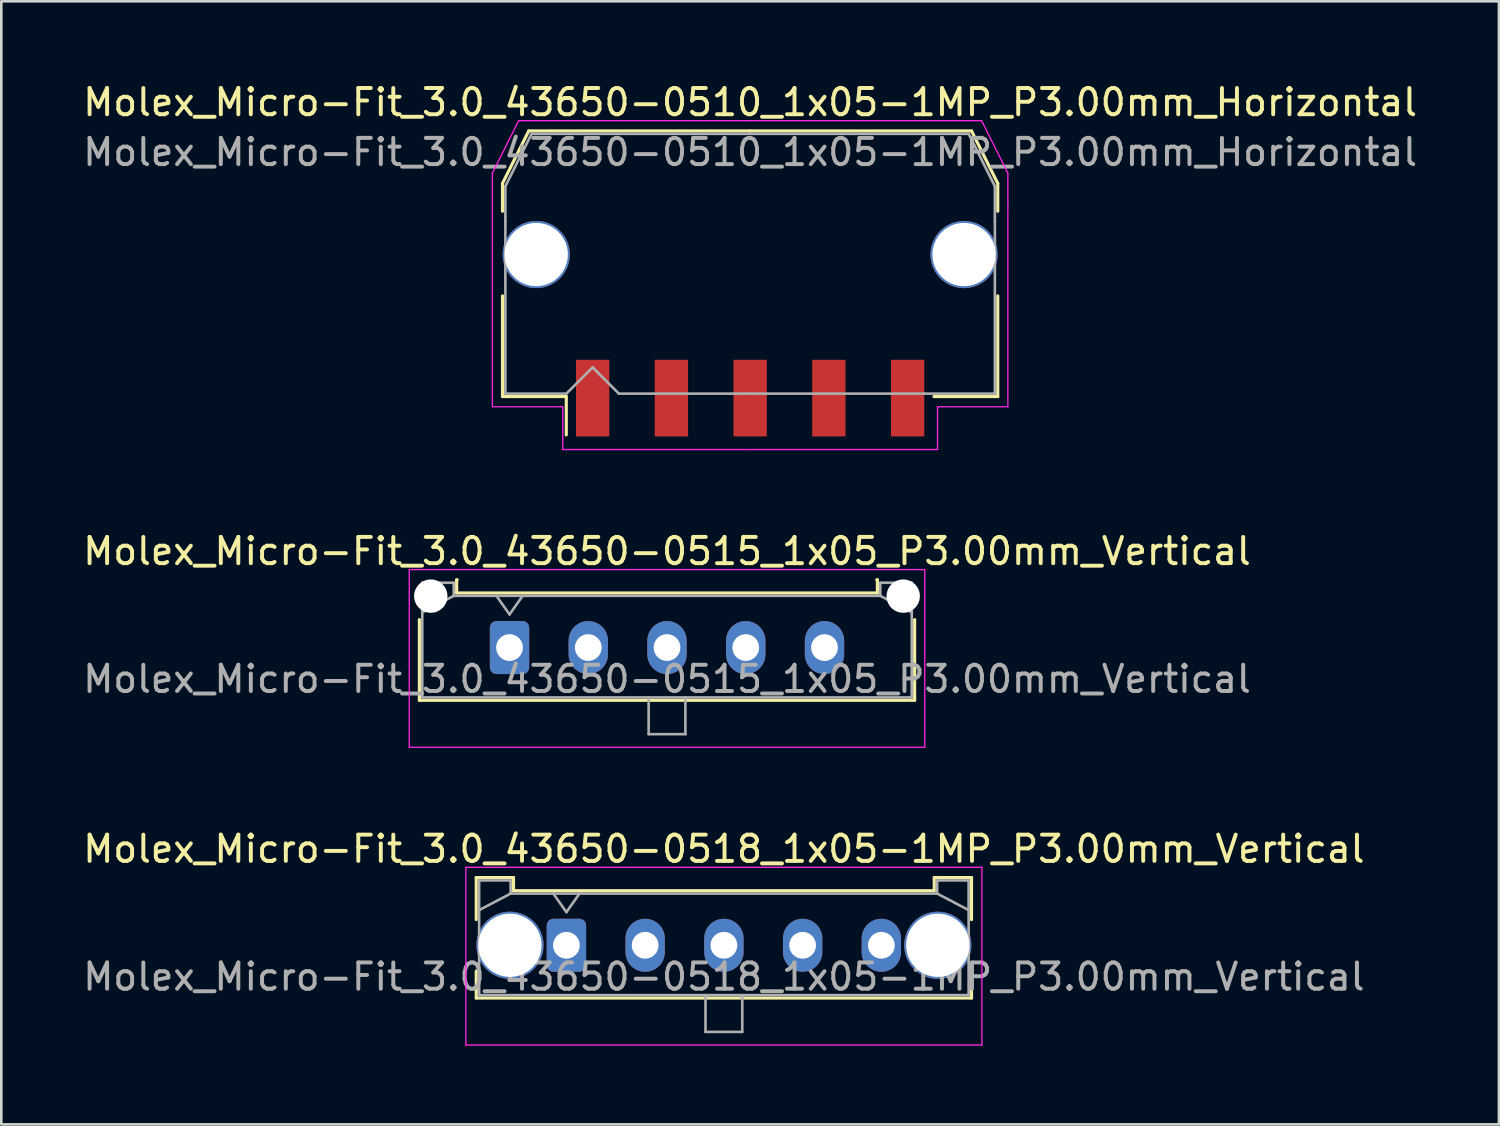
<source format=kicad_pcb>
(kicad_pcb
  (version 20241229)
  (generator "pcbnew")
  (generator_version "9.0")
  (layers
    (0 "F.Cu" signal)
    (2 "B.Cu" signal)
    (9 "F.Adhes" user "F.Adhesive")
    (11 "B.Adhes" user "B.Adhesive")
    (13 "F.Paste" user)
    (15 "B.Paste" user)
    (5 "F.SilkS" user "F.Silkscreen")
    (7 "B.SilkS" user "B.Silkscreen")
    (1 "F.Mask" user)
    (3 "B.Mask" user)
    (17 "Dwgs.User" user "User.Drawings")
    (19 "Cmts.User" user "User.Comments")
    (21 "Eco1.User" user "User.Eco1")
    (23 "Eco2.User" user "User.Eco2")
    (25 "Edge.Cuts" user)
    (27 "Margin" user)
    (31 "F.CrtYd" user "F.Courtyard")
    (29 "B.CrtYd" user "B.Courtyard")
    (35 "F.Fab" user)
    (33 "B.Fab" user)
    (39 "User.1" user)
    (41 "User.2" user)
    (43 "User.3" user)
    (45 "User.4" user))
  (footprint "Molex_Micro-Fit_3.0_43650-0518_1x05-1MP_P3.00mm_Vertical"
    (layer "F.Cu")
    (at 18.53 32.965)
    (property "Reference" "Molex_Micro-Fit_3.0_43650-0518_1x05-1MP_P3.00mm_Vertical" (at 6 -3.67 0) (layer "F.SilkS") (effects (font (size 1 1) (thickness 0.15))))
    (fp_line (start -3.435 -2.58) (end -2.015 -2.58) (stroke (width 0.12) (type solid)) (layer "F.SilkS"))
    (fp_line (start -3.435 -0.98) (end -3.435 -2.58) (stroke (width 0.12) (type solid)) (layer "F.SilkS"))
    (fp_line (start -3.435 0.98) (end -3.435 2.01) (stroke (width 0.12) (type solid)) (layer "F.SilkS"))
    (fp_line (start -3.435 2.01) (end 15.435 2.01) (stroke (width 0.12) (type solid)) (layer "F.SilkS"))
    (fp_line (start -2.015 -2.58) (end -2.015 -2.08) (stroke (width 0.12) (type solid)) (layer "F.SilkS"))
    (fp_line (start -2.015 -2.08) (end 14.015 -2.08) (stroke (width 0.12) (type solid)) (layer "F.SilkS"))
    (fp_line (start 14.015 -2.58) (end 15.435 -2.58) (stroke (width 0.12) (type solid)) (layer "F.SilkS"))
    (fp_line (start 14.015 -2.08) (end 14.015 -2.58) (stroke (width 0.12) (type solid)) (layer "F.SilkS"))
    (fp_line (start 15.435 -2.58) (end 15.435 -0.98) (stroke (width 0.12) (type solid)) (layer "F.SilkS"))
    (fp_line (start 15.435 2.01) (end 15.435 0.98) (stroke (width 0.12) (type solid)) (layer "F.SilkS"))
    (fp_line (start -3.83 -2.97) (end 15.83 -2.97) (stroke (width 0.05) (type solid)) (layer "F.CrtYd"))
    (fp_line (start -3.83 3.8) (end -3.83 -2.97) (stroke (width 0.05) (type solid)) (layer "F.CrtYd"))
    (fp_line (start 15.83 -2.97) (end 15.83 3.8) (stroke (width 0.05) (type solid)) (layer "F.CrtYd"))
    (fp_line (start 15.83 3.8) (end -3.83 3.8) (stroke (width 0.05) (type solid)) (layer "F.CrtYd"))
    (fp_line (start -3.325 -2.47) (end -3.325 1.9) (stroke (width 0.1) (type solid)) (layer "F.Fab"))
    (fp_line (start -3.325 -1.34) (end -2.125 -1.97) (stroke (width 0.1) (type solid)) (layer "F.Fab"))
    (fp_line (start -3.325 1.9) (end 15.325 1.9) (stroke (width 0.1) (type solid)) (layer "F.Fab"))
    (fp_line (start -2.125 -2.47) (end -3.325 -2.47) (stroke (width 0.1) (type solid)) (layer "F.Fab"))
    (fp_line (start -2.125 -1.97) (end -2.125 -2.47) (stroke (width 0.1) (type solid)) (layer "F.Fab"))
    (fp_line (start -0.5 -1.97) (end 0 -1.263) (stroke (width 0.1) (type solid)) (layer "F.Fab"))
    (fp_line (start 0 -1.263) (end 0.5 -1.97) (stroke (width 0.1) (type solid)) (layer "F.Fab"))
    (fp_line (start 5.3 1.9) (end 5.3 3.3) (stroke (width 0.1) (type solid)) (layer "F.Fab"))
    (fp_line (start 5.3 3.3) (end 6.7 3.3) (stroke (width 0.1) (type solid)) (layer "F.Fab"))
    (fp_line (start 6.7 3.3) (end 6.7 1.9) (stroke (width 0.1) (type solid)) (layer "F.Fab"))
    (fp_line (start 14.125 -2.47) (end 14.125 -1.97) (stroke (width 0.1) (type solid)) (layer "F.Fab"))
    (fp_line (start 14.125 -1.97) (end -2.125 -1.97) (stroke (width 0.1) (type solid)) (layer "F.Fab"))
    (fp_line (start 15.325 -2.47) (end 14.125 -2.47) (stroke (width 0.1) (type solid)) (layer "F.Fab"))
    (fp_line (start 15.325 -1.34) (end 14.125 -1.97) (stroke (width 0.1) (type solid)) (layer "F.Fab"))
    (fp_line (start 15.325 1.9) (end 15.325 -2.47) (stroke (width 0.1) (type solid)) (layer "F.Fab"))
    (fp_text user "${REFERENCE}" (at 6 1.2 0) (layer "F.Fab") (effects (font (size 1 1) (thickness 0.15))))
    (pad "1" thru_hole roundrect (at 0 0) (size 1.5 2.02) (drill 1.02) (layers "*.Cu" "*.Mask") (roundrect_rratio 0.167))
    (pad "2" thru_hole oval (at 3 0) (size 1.5 2.02) (drill 1.02) (layers "*.Cu" "*.Mask"))
    (pad "3" thru_hole oval (at 6 0) (size 1.5 2.02) (drill 1.02) (layers "*.Cu" "*.Mask"))
    (pad "4" thru_hole oval (at 9 0) (size 1.5 2.02) (drill 1.02) (layers "*.Cu" "*.Mask"))
    (pad "5" thru_hole oval (at 12 0) (size 1.5 2.02) (drill 1.02) (layers "*.Cu" "*.Mask"))
    (pad "MP" thru_hole circle (at -2.15 0) (size 2.56 2.56) (drill 2.41) (layers "*.Cu" "*.Mask"))
    (pad "MP" thru_hole circle (at 14.15 0) (size 2.56 2.56) (drill 2.41) (layers "*.Cu" "*.Mask")))
  (footprint "Molex_Micro-Fit_3.0_43650-0510_1x05-1MP_P3.00mm_Horizontal"
    (layer "F.Cu")
    (at 25.53 6.998)
    (property "Reference" "Molex_Micro-Fit_3.0_43650-0510_1x05-1MP_P3.00mm_Horizontal" (at 0 -6.15 0) (layer "F.SilkS") (effects (font (size 1 1) (thickness 0.15))))
    (attr smd)
    (fp_line (start -9.435 -3.06) (end -9.435 -2) (stroke (width 0.12) (type solid)) (layer "F.SilkS"))
    (fp_line (start -9.435 1.225) (end -9.435 5.06) (stroke (width 0.12) (type solid)) (layer "F.SilkS"))
    (fp_line (start -9.435 5.06) (end -7.005 5.06) (stroke (width 0.12) (type solid)) (layer "F.SilkS"))
    (fp_line (start -8.435 -5.06) (end -9.435 -3.06) (stroke (width 0.12) (type solid)) (layer "F.SilkS"))
    (fp_line (start -7.005 5.06) (end -7.005 6.52) (stroke (width 0.12) (type solid)) (layer "F.SilkS"))
    (fp_line (start 0 -5.06) (end -8.435 -5.06) (stroke (width 0.12) (type solid)) (layer "F.SilkS"))
    (fp_line (start 0 -5.06) (end 8.435 -5.06) (stroke (width 0.12) (type solid)) (layer "F.SilkS"))
    (fp_line (start 8.435 -5.06) (end 9.435 -3.06) (stroke (width 0.12) (type solid)) (layer "F.SilkS"))
    (fp_line (start 9.435 -3.06) (end 9.435 -2) (stroke (width 0.12) (type solid)) (layer "F.SilkS"))
    (fp_line (start 9.435 1.225) (end 9.435 5.06) (stroke (width 0.12) (type solid)) (layer "F.SilkS"))
    (fp_line (start 9.435 5.06) (end 7.005 5.06) (stroke (width 0.12) (type solid)) (layer "F.SilkS"))
    (fp_line (start -9.82 -3.45) (end -9.82 -2.13) (stroke (width 0.05) (type solid)) (layer "F.CrtYd"))
    (fp_line (start -9.82 -2.13) (end -9.82 5.45) (stroke (width 0.05) (type solid)) (layer "F.CrtYd"))
    (fp_line (start -9.82 5.45) (end -7.14 5.45) (stroke (width 0.05) (type solid)) (layer "F.CrtYd"))
    (fp_line (start -8.82 -5.45) (end -9.82 -3.45) (stroke (width 0.05) (type solid)) (layer "F.CrtYd"))
    (fp_line (start -7.14 5.45) (end -7.14 7.08) (stroke (width 0.05) (type solid)) (layer "F.CrtYd"))
    (fp_line (start -7.14 7.08) (end 0 7.08) (stroke (width 0.05) (type solid)) (layer "F.CrtYd"))
    (fp_line (start 0 -5.45) (end -8.82 -5.45) (stroke (width 0.05) (type solid)) (layer "F.CrtYd"))
    (fp_line (start 0 -5.45) (end 8.82 -5.45) (stroke (width 0.05) (type solid)) (layer "F.CrtYd"))
    (fp_line (start 7.14 5.45) (end 7.14 7.08) (stroke (width 0.05) (type solid)) (layer "F.CrtYd"))
    (fp_line (start 7.14 7.08) (end 0 7.08) (stroke (width 0.05) (type solid)) (layer "F.CrtYd"))
    (fp_line (start 8.82 -5.45) (end 9.82 -3.45) (stroke (width 0.05) (type solid)) (layer "F.CrtYd"))
    (fp_line (start 9.82 -3.45) (end 9.82 -2.13) (stroke (width 0.05) (type solid)) (layer "F.CrtYd"))
    (fp_line (start 9.82 -2.13) (end 9.82 5.45) (stroke (width 0.05) (type solid)) (layer "F.CrtYd"))
    (fp_line (start 9.82 5.45) (end 7.14 5.45) (stroke (width 0.05) (type solid)) (layer "F.CrtYd"))
    (fp_line (start -9.325 -2.95) (end -9.325 -1.63) (stroke (width 0.1) (type solid)) (layer "F.Fab"))
    (fp_line (start -9.325 -1.63) (end -9.325 4.95) (stroke (width 0.1) (type solid)) (layer "F.Fab"))
    (fp_line (start -9.325 4.95) (end -7 4.95) (stroke (width 0.1) (type solid)) (layer "F.Fab"))
    (fp_line (start -8.325 -4.95) (end -9.325 -2.95) (stroke (width 0.1) (type solid)) (layer "F.Fab"))
    (fp_line (start -7 4.95) (end -6 3.95) (stroke (width 0.1) (type solid)) (layer "F.Fab"))
    (fp_line (start -6 3.95) (end -5 4.95) (stroke (width 0.1) (type solid)) (layer "F.Fab"))
    (fp_line (start -5 4.95) (end 0 4.95) (stroke (width 0.1) (type solid)) (layer "F.Fab"))
    (fp_line (start 0 -4.95) (end -8.325 -4.95) (stroke (width 0.1) (type solid)) (layer "F.Fab"))
    (fp_line (start 0 -4.95) (end 8.325 -4.95) (stroke (width 0.1) (type solid)) (layer "F.Fab"))
    (fp_line (start 6.635 4.95) (end 0 4.95) (stroke (width 0.1) (type solid)) (layer "F.Fab"))
    (fp_line (start 8.325 -4.95) (end 9.325 -2.95) (stroke (width 0.1) (type solid)) (layer "F.Fab"))
    (fp_line (start 9.325 -2.95) (end 9.325 -1.63) (stroke (width 0.1) (type solid)) (layer "F.Fab"))
    (fp_line (start 9.325 -1.63) (end 9.325 4.95) (stroke (width 0.1) (type solid)) (layer "F.Fab"))
    (fp_line (start 9.325 4.95) (end 6.635 4.95) (stroke (width 0.1) (type solid)) (layer "F.Fab"))
    (fp_text user "${REFERENCE}" (at 0 -4.25 0) (layer "F.Fab") (effects (font (size 1 1) (thickness 0.15))))
    (pad "1" smd rect (at -6 5.12) (size 1.27 2.92) (layers "F.Cu" "F.Mask" "F.Paste"))
    (pad "2" smd rect (at -3 5.12) (size 1.27 2.92) (layers "F.Cu" "F.Mask" "F.Paste"))
    (pad "3" smd rect (at 0 5.12) (size 1.27 2.92) (layers "F.Cu" "F.Mask" "F.Paste"))
    (pad "4" smd rect (at 3 5.12) (size 1.27 2.92) (layers "F.Cu" "F.Mask" "F.Paste"))
    (pad "5" smd rect (at 6 5.12) (size 1.27 2.92) (layers "F.Cu" "F.Mask" "F.Paste"))
    (pad "MP" thru_hole circle (at -8.15 -0.35) (size 2.56 2.56) (drill 2.41) (layers "*.Cu" "*.Mask"))
    (pad "MP" thru_hole circle (at 8.15 -0.35) (size 2.56 2.56) (drill 2.41) (layers "*.Cu" "*.Mask")))
  (footprint "Molex_Micro-Fit_3.0_43650-0515_1x05_P3.00mm_Vertical"
    (layer "F.Cu")
    (at 16.363 21.622)
    (property "Reference" "Molex_Micro-Fit_3.0_43650-0515_1x05_P3.00mm_Vertical" (at 6 -3.67 0) (layer "F.SilkS") (effects (font (size 1 1) (thickness 0.15))))
    (attr through_hole)
    (fp_line (start -3.435 -1.065) (end -3.435 2.01) (stroke (width 0.12) (type solid)) (layer "F.SilkS"))
    (fp_line (start -3.435 2.01) (end 15.435 2.01) (stroke (width 0.12) (type solid)) (layer "F.SilkS"))
    (fp_line (start -2.015 -2.58) (end -2.015 -2.08) (stroke (width 0.12) (type solid)) (layer "F.SilkS"))
    (fp_line (start -2.015 -2.08) (end 14.015 -2.08) (stroke (width 0.12) (type solid)) (layer "F.SilkS"))
    (fp_line (start -1.995 -2.58) (end -2.015 -2.58) (stroke (width 0.12) (type solid)) (layer "F.SilkS"))
    (fp_line (start 14.015 -2.58) (end 13.995 -2.58) (stroke (width 0.12) (type solid)) (layer "F.SilkS"))
    (fp_line (start 14.015 -2.08) (end 14.015 -2.58) (stroke (width 0.12) (type solid)) (layer "F.SilkS"))
    (fp_line (start 15.435 2.01) (end 15.435 -1.065) (stroke (width 0.12) (type solid)) (layer "F.SilkS"))
    (fp_line (start -3.82 -2.97) (end 15.82 -2.97) (stroke (width 0.05) (type solid)) (layer "F.CrtYd"))
    (fp_line (start -3.82 3.8) (end -3.82 -2.97) (stroke (width 0.05) (type solid)) (layer "F.CrtYd"))
    (fp_line (start 15.82 -2.97) (end 15.82 3.8) (stroke (width 0.05) (type solid)) (layer "F.CrtYd"))
    (fp_line (start 15.82 3.8) (end -3.82 3.8) (stroke (width 0.05) (type solid)) (layer "F.CrtYd"))
    (fp_line (start -3.325 -2.47) (end -3.325 1.9) (stroke (width 0.1) (type solid)) (layer "F.Fab"))
    (fp_line (start -3.325 -1.34) (end -2.125 -1.97) (stroke (width 0.1) (type solid)) (layer "F.Fab"))
    (fp_line (start -3.325 1.9) (end 15.325 1.9) (stroke (width 0.1) (type solid)) (layer "F.Fab"))
    (fp_line (start -2.125 -2.47) (end -3.325 -2.47) (stroke (width 0.1) (type solid)) (layer "F.Fab"))
    (fp_line (start -2.125 -1.97) (end -2.125 -2.47) (stroke (width 0.1) (type solid)) (layer "F.Fab"))
    (fp_line (start -0.5 -1.97) (end 0 -1.263) (stroke (width 0.1) (type solid)) (layer "F.Fab"))
    (fp_line (start 0 -1.263) (end 0.5 -1.97) (stroke (width 0.1) (type solid)) (layer "F.Fab"))
    (fp_line (start 5.3 1.9) (end 5.3 3.3) (stroke (width 0.1) (type solid)) (layer "F.Fab"))
    (fp_line (start 5.3 3.3) (end 6.7 3.3) (stroke (width 0.1) (type solid)) (layer "F.Fab"))
    (fp_line (start 6.7 3.3) (end 6.7 1.9) (stroke (width 0.1) (type solid)) (layer "F.Fab"))
    (fp_line (start 14.125 -2.47) (end 14.125 -1.97) (stroke (width 0.1) (type solid)) (layer "F.Fab"))
    (fp_line (start 14.125 -1.97) (end -2.125 -1.97) (stroke (width 0.1) (type solid)) (layer "F.Fab"))
    (fp_line (start 15.325 -2.47) (end 14.125 -2.47) (stroke (width 0.1) (type solid)) (layer "F.Fab"))
    (fp_line (start 15.325 -1.34) (end 14.125 -1.97) (stroke (width 0.1) (type solid)) (layer "F.Fab"))
    (fp_line (start 15.325 1.9) (end 15.325 -2.47) (stroke (width 0.1) (type solid)) (layer "F.Fab"))
    (fp_text user "${REFERENCE}" (at 6 1.2 0) (layer "F.Fab") (effects (font (size 1 1) (thickness 0.15))))
    (pad "" np_thru_hole circle (at -3 -1.96) (size 1.27 1.27) (drill 1.27) (layers "*.Cu" "*.Mask"))
    (pad "" np_thru_hole circle (at 15 -1.96) (size 1.27 1.27) (drill 1.27) (layers "*.Cu" "*.Mask"))
    (pad "1" thru_hole roundrect (at 0 0) (size 1.5 2.02) (drill 1.02) (layers "*.Cu" "*.Mask") (roundrect_rratio 0.167))
    (pad "2" thru_hole oval (at 3 0) (size 1.5 2.02) (drill 1.02) (layers "*.Cu" "*.Mask"))
    (pad "3" thru_hole oval (at 6 0) (size 1.5 2.02) (drill 1.02) (layers "*.Cu" "*.Mask"))
    (pad "4" thru_hole oval (at 9 0) (size 1.5 2.02) (drill 1.02) (layers "*.Cu" "*.Mask"))
    (pad "5" thru_hole oval (at 12 0) (size 1.5 2.02) (drill 1.02) (layers "*.Cu" "*.Mask")))
  (gr_rect
    (start -3 -3)
    (end 54.06 39.79)
    (stroke (width 0.1) (type default))
    (fill no)
    (layer "Edge.Cuts")))
</source>
